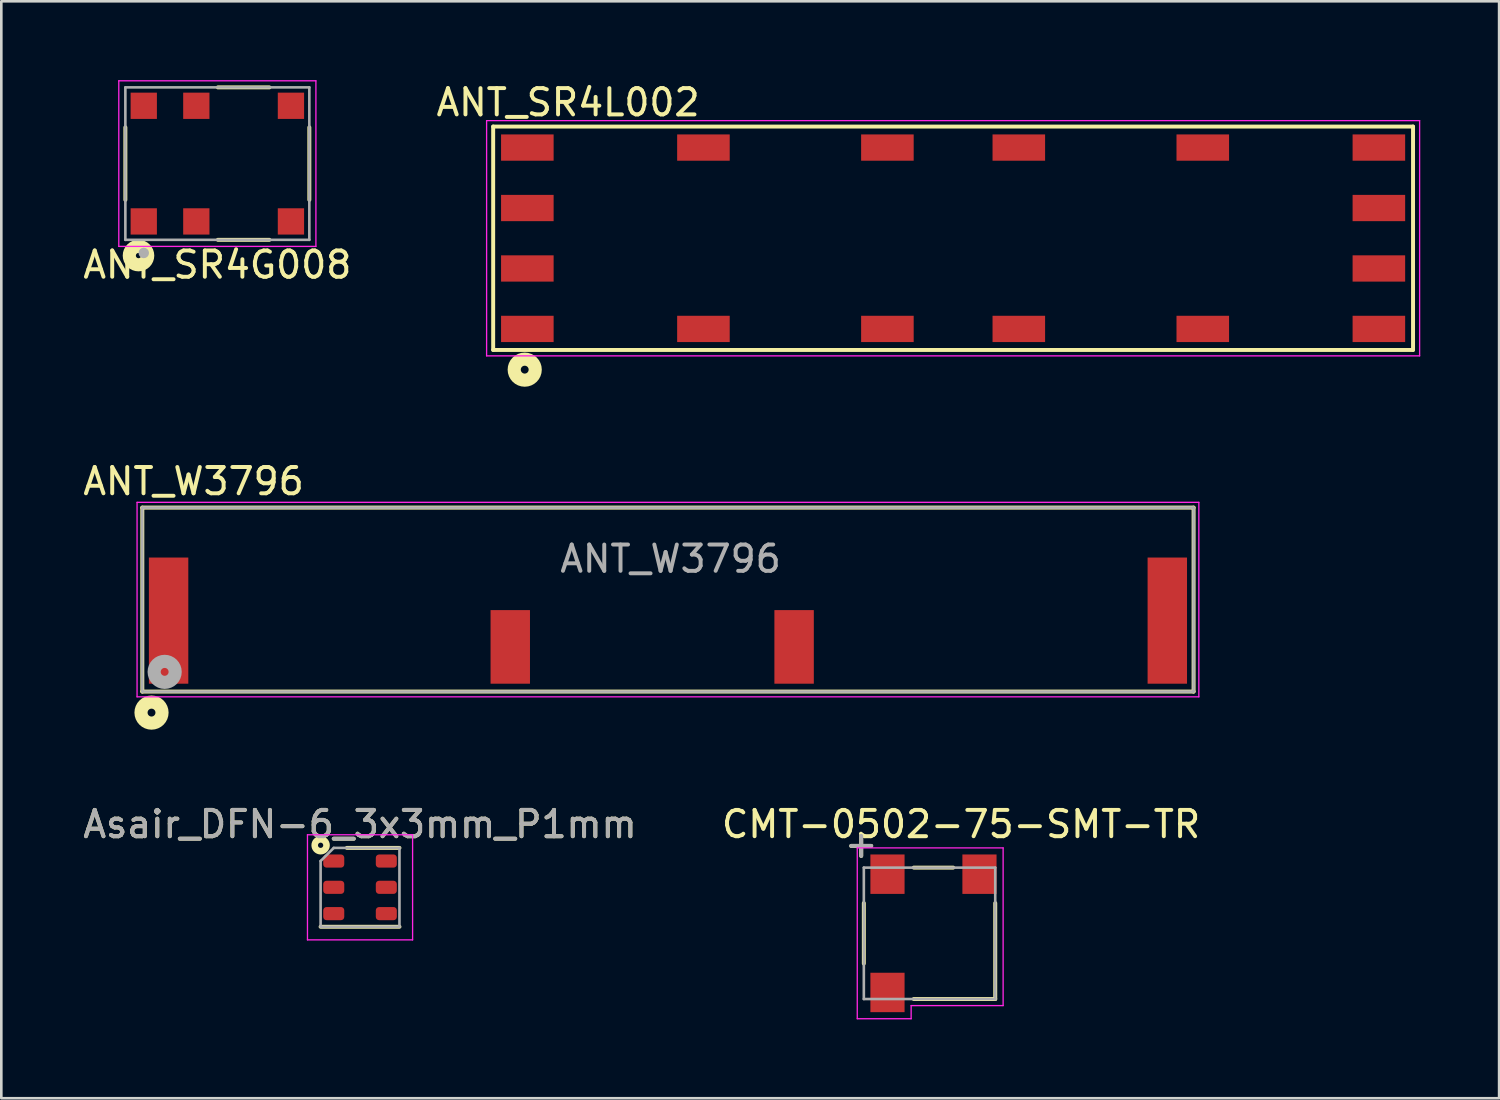
<source format=kicad_pcb>
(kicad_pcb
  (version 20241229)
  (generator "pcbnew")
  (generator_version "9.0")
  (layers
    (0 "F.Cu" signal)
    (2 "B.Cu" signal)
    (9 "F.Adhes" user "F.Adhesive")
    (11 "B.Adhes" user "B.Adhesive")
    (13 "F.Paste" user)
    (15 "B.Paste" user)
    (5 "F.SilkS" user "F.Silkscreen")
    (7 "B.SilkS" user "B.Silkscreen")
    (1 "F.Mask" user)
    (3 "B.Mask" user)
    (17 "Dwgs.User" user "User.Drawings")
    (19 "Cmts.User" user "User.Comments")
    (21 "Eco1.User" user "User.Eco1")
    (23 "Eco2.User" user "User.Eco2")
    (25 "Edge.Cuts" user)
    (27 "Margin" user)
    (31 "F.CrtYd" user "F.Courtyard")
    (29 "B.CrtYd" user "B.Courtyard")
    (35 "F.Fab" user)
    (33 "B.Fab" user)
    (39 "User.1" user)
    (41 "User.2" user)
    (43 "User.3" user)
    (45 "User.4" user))
  (footprint "ANT_SR4L002"
    (layer "F.Cu")
    (at 33.215 6.015)
    (property "Reference" "ANT_SR4L002" (at -14.65 -5.167 0) (layer "F.SilkS") (effects (font (size 1 1) (thickness 0.15))))
    (attr smd)
    (fp_line (start -17.5 -4.25) (end -17.5 4.25) (stroke (width 0.15) (type solid)) (layer "F.SilkS"))
    (fp_line (start -17.5 4.25) (end 17.5 4.25) (stroke (width 0.15) (type solid)) (layer "F.SilkS"))
    (fp_line (start 17.5 -4.25) (end -17.5 -4.25) (stroke (width 0.15) (type solid)) (layer "F.SilkS"))
    (fp_line (start 17.5 4.25) (end 17.5 -4.25) (stroke (width 0.15) (type solid)) (layer "F.SilkS"))
    (fp_circle (center -16.3 5) (end -16.15 5) (stroke (width 0.5) (type solid)) (fill no) (layer "F.SilkS"))
    (fp_line (start -17.75 -4.475) (end 17.75 -4.475) (stroke (width 0.05) (type solid)) (layer "F.CrtYd"))
    (fp_line (start -17.75 4.475) (end -17.75 -4.475) (stroke (width 0.05) (type solid)) (layer "F.CrtYd"))
    (fp_line (start 17.75 -4.475) (end 17.75 4.475) (stroke (width 0.05) (type solid)) (layer "F.CrtYd"))
    (fp_line (start 17.75 4.475) (end -17.75 4.475) (stroke (width 0.05) (type solid)) (layer "F.CrtYd"))
    (pad "1" smd rect (at -16.2 3.45) (size 2 1) (layers "F.Cu" "F.Mask" "F.Paste"))
    (pad "2" smd rect (at -9.5 3.45) (size 2 1) (layers "F.Cu" "F.Mask" "F.Paste"))
    (pad "3" smd rect (at -2.5 3.45) (size 2 1) (layers "F.Cu" "F.Mask" "F.Paste"))
    (pad "4" smd rect (at 2.5 3.45) (size 2 1) (layers "F.Cu" "F.Mask" "F.Paste"))
    (pad "5" smd rect (at 9.5 3.45) (size 2 1) (layers "F.Cu" "F.Mask" "F.Paste"))
    (pad "6" smd rect (at 16.2 3.45) (size 2 1) (layers "F.Cu" "F.Mask" "F.Paste"))
    (pad "7" smd rect (at 16.2 1.15) (size 2 1) (layers "F.Cu" "F.Mask" "F.Paste"))
    (pad "8" smd rect (at 16.2 -1.15) (size 2 1) (layers "F.Cu" "F.Mask" "F.Paste"))
    (pad "9" smd rect (at 16.2 -3.45) (size 2 1) (layers "F.Cu" "F.Mask" "F.Paste"))
    (pad "10" smd rect (at 9.5 -3.45) (size 2 1) (layers "F.Cu" "F.Mask" "F.Paste"))
    (pad "11" smd rect (at 2.5 -3.45) (size 2 1) (layers "F.Cu" "F.Mask" "F.Paste"))
    (pad "12" smd rect (at -2.5 -3.45) (size 2 1) (layers "F.Cu" "F.Mask" "F.Paste"))
    (pad "13" smd rect (at -9.5 -3.45) (size 2 1) (layers "F.Cu" "F.Mask" "F.Paste"))
    (pad "14" smd rect (at -16.2 -3.45) (size 2 1) (layers "F.Cu" "F.Mask" "F.Paste"))
    (pad "15" smd rect (at -16.2 -1.15) (size 2 1) (layers "F.Cu" "F.Mask" "F.Paste"))
    (pad "16" smd rect (at -16.2 1.15) (size 2 1) (layers "F.Cu" "F.Mask" "F.Paste")))
  (footprint "Asair_DFN-6_3x3mm_P1mm"
    (layer "F.Cu")
    (at 10.649 30.712)
    (property "Reference" "Asair_DFN-6_3x3mm_P1mm" (at 0 -2.4 0) (layer "F.SilkS") (effects (font (size 1 1) (thickness 0.15))))
    (attr smd)
    (fp_line (start -1.5 1.5) (end 1.5 1.5) (stroke (width 0.15) (type solid)) (layer "F.SilkS"))
    (fp_line (start -0.5 -1.5) (end 1.5 -1.5) (stroke (width 0.15) (type solid)) (layer "F.SilkS"))
    (fp_circle (center -1.5 -1.6) (end -1.4 -1.6) (stroke (width 0.25) (type solid)) (fill no) (layer "F.SilkS"))
    (fp_line (start -2 -2) (end -2 2) (stroke (width 0.05) (type solid)) (layer "F.CrtYd"))
    (fp_line (start -2 2) (end 2 2) (stroke (width 0.05) (type solid)) (layer "F.CrtYd"))
    (fp_line (start 2 -2) (end -2 -2) (stroke (width 0.05) (type solid)) (layer "F.CrtYd"))
    (fp_line (start 2 2) (end 2 -2) (stroke (width 0.05) (type solid)) (layer "F.CrtYd"))
    (fp_line (start -1.5 -1) (end -1 -1.5) (stroke (width 0.1) (type solid)) (layer "F.Fab"))
    (fp_line (start -1.5 1.5) (end -1.5 -1) (stroke (width 0.1) (type solid)) (layer "F.Fab"))
    (fp_line (start -1 -1.5) (end 1.5 -1.5) (stroke (width 0.1) (type solid)) (layer "F.Fab"))
    (fp_line (start 1.5 -1.5) (end 1.5 1.5) (stroke (width 0.1) (type solid)) (layer "F.Fab"))
    (fp_line (start 1.5 1.5) (end -1.5 1.5) (stroke (width 0.1) (type solid)) (layer "F.Fab"))
    (fp_text user "${REFERENCE}" (at 0 -2.4 0) (layer "F.Fab") (effects (font (size 1 1) (thickness 0.15))))
    (pad "1" smd roundrect (at -1 -1) (size 0.8 0.5) (layers "F.Cu" "F.Mask" "F.Paste") (roundrect_rratio 0.25))
    (pad "2" smd roundrect (at -1 0) (size 0.8 0.5) (layers "F.Cu" "F.Mask" "F.Paste") (roundrect_rratio 0.25))
    (pad "3" smd roundrect (at -1 1) (size 0.8 0.5) (layers "F.Cu" "F.Mask" "F.Paste") (roundrect_rratio 0.25))
    (pad "4" smd roundrect (at 1 1) (size 0.8 0.5) (layers "F.Cu" "F.Mask" "F.Paste") (roundrect_rratio 0.25))
    (pad "5" smd roundrect (at 1 0) (size 0.8 0.5) (layers "F.Cu" "F.Mask" "F.Paste") (roundrect_rratio 0.25))
    (pad "6" smd roundrect (at 1 -1) (size 0.8 0.5) (layers "F.Cu" "F.Mask" "F.Paste") (roundrect_rratio 0.25)))
  (footprint "ANT_SR4G008"
    (layer "F.Cu")
    (at 5.22 3.175)
    (property "Reference" "ANT_SR4G008" (at 0 3.85 0) (layer "F.SilkS") (effects (font (size 1 1) (thickness 0.15))))
    (attr smd)
    (fp_line (start -3.5 1.38) (end -3.5 -1.38) (stroke (width 0.15) (type solid)) (layer "F.SilkS"))
    (fp_line (start 1.98 -2.9) (end 0.02 -2.9) (stroke (width 0.15) (type solid)) (layer "F.SilkS"))
    (fp_line (start 1.98 2.9) (end 0.02 2.9) (stroke (width 0.15) (type solid)) (layer "F.SilkS"))
    (fp_line (start 3.5 1.38) (end 3.5 -1.38) (stroke (width 0.15) (type solid)) (layer "F.SilkS"))
    (fp_circle (center -3 3.5) (end -2.9 3.5) (stroke (width 0.5) (type solid)) (fill no) (layer "F.SilkS"))
    (fp_line (start -3.75 -3.15) (end 3.75 -3.15) (stroke (width 0.05) (type solid)) (layer "F.CrtYd"))
    (fp_line (start -3.75 3.15) (end -3.75 -3.15) (stroke (width 0.05) (type solid)) (layer "F.CrtYd"))
    (fp_line (start 3.75 -3.15) (end 3.75 3.15) (stroke (width 0.05) (type solid)) (layer "F.CrtYd"))
    (fp_line (start 3.75 3.15) (end -3.75 3.15) (stroke (width 0.05) (type solid)) (layer "F.CrtYd"))
    (fp_line (start -3.5 -2.9) (end -3.5 2.9) (stroke (width 0.1) (type solid)) (layer "F.Fab"))
    (fp_line (start -3.5 2.9) (end 3.5 2.9) (stroke (width 0.1) (type solid)) (layer "F.Fab"))
    (fp_line (start 3.5 -2.9) (end -3.5 -2.9) (stroke (width 0.1) (type solid)) (layer "F.Fab"))
    (fp_line (start 3.5 2.9) (end 3.5 -2.9) (stroke (width 0.1) (type solid)) (layer "F.Fab"))
    (fp_circle (center -2.8 3.4) (end -2.7 3.4) (stroke (width 0.2) (type solid)) (fill no) (layer "F.Fab"))
    (pad "1" smd rect (at -2.8 2.2) (size 1 1) (layers "F.Cu" "F.Mask" "F.Paste"))
    (pad "2" smd rect (at -0.8 2.2) (size 1 1) (layers "F.Cu" "F.Mask" "F.Paste"))
    (pad "3" smd rect (at 2.8 2.2) (size 1 1) (layers "F.Cu" "F.Mask" "F.Paste"))
    (pad "4" smd rect (at 2.8 -2.2) (size 1 1) (layers "F.Cu" "F.Mask" "F.Paste"))
    (pad "5" smd rect (at -0.8 -2.2) (size 1 1) (layers "F.Cu" "F.Mask" "F.Paste"))
    (pad "6" smd rect (at -2.8 -2.2) (size 1 1) (layers "F.Cu" "F.Mask" "F.Paste")))
  (footprint "CMT-0502-75-SMT-TR"
    (layer "F.Cu")
    (at 32.318 32.462)
    (property "Reference" "CMT-0502-75-SMT-TR" (at 1.2 -4.15 0) (layer "F.SilkS") (effects (font (size 1 1) (thickness 0.15))))
    (attr smd)
    (fp_line (start -2.5 -1.15) (end -2.5 1.15) (stroke (width 0.15) (type solid)) (layer "F.SilkS"))
    (fp_line (start -0.6 -2.5) (end 0.9 -2.5) (stroke (width 0.15) (type solid)) (layer "F.SilkS"))
    (fp_line (start -0.6 2.5) (end 2.5 2.5) (stroke (width 0.15) (type solid)) (layer "F.SilkS"))
    (fp_line (start 2.5 2.5) (end 2.5 -1.15) (stroke (width 0.15) (type solid)) (layer "F.SilkS"))
    (fp_line (start -2.75 -3.25) (end -2.75 3.25) (stroke (width 0.05) (type solid)) (layer "F.CrtYd"))
    (fp_line (start -2.75 3.25) (end -0.7 3.25) (stroke (width 0.05) (type solid)) (layer "F.CrtYd"))
    (fp_line (start -0.7 2.75) (end 2.8 2.75) (stroke (width 0.05) (type solid)) (layer "F.CrtYd"))
    (fp_line (start -0.7 3.25) (end -0.7 2.75) (stroke (width 0.05) (type solid)) (layer "F.CrtYd"))
    (fp_line (start 2.8 -3.25) (end -2.75 -3.25) (stroke (width 0.05) (type solid)) (layer "F.CrtYd"))
    (fp_line (start 2.8 2.75) (end 2.8 -3.25) (stroke (width 0.05) (type solid)) (layer "F.CrtYd"))
    (fp_line (start -2.5 -2.5) (end -2.5 2.5) (stroke (width 0.1) (type solid)) (layer "F.Fab"))
    (fp_line (start -2.5 2.5) (end 2.5 2.5) (stroke (width 0.1) (type solid)) (layer "F.Fab"))
    (fp_line (start 2.5 -2.5) (end -2.5 -2.5) (stroke (width 0.1) (type solid)) (layer "F.Fab"))
    (fp_line (start 2.5 2.5) (end 2.5 -2.5) (stroke (width 0.1) (type solid)) (layer "F.Fab"))
    (fp_text user "+" (at -2.6 -3.4 0) (layer "F.SilkS") (effects (font (size 1 1) (thickness 0.15))))
    (fp_text user "+" (at -2.6 -3.4 0) (layer "F.Fab") (effects (font (size 1 1) (thickness 0.15))))
    (pad "1" smd rect (at -1.6 -2.25) (size 1.3 1.5) (layers "F.Cu" "F.Mask" "F.Paste"))
    (pad "2" smd rect (at -1.6 2.25) (size 1.3 1.5) (layers "F.Cu" "F.Mask" "F.Paste"))
    (pad "3" smd rect (at 1.9 -2.25) (size 1.3 1.5) (layers "F.Cu" "F.Mask" "F.Paste")))
  (footprint "ANT_W3796"
    (layer "F.Cu")
    (at 22.365 19.764)
    (property "Reference" "ANT_W3796" (at -18.05 -4.5 0) (layer "F.SilkS") (effects (font (size 1 1) (thickness 0.15))))
    (attr through_hole)
    (fp_line (start -20 -3.5) (end -20 3.5) (stroke (width 0.15) (type solid)) (layer "F.SilkS"))
    (fp_line (start -20 3.5) (end 20 3.5) (stroke (width 0.15) (type solid)) (layer "F.SilkS"))
    (fp_line (start 20 -3.5) (end -20 -3.5) (stroke (width 0.15) (type solid)) (layer "F.SilkS"))
    (fp_line (start 20 3.5) (end 20 -3.5) (stroke (width 0.15) (type solid)) (layer "F.SilkS"))
    (fp_circle (center -19.65 4.3) (end -19.5 4.3) (stroke (width 0.5) (type solid)) (fill no) (layer "F.SilkS"))
    (fp_line (start -20.2 -3.7) (end 20.2 -3.7) (stroke (width 0.05) (type solid)) (layer "F.CrtYd"))
    (fp_line (start -20.2 3.7) (end -20.2 -3.7) (stroke (width 0.05) (type solid)) (layer "F.CrtYd"))
    (fp_line (start 20.2 -3.7) (end 20.2 3.7) (stroke (width 0.05) (type solid)) (layer "F.CrtYd"))
    (fp_line (start 20.2 3.7) (end -20.2 3.7) (stroke (width 0.05) (type solid)) (layer "F.CrtYd"))
    (fp_line (start -20 -3.5) (end -20 3.5) (stroke (width 0.1) (type solid)) (layer "F.Fab"))
    (fp_line (start -20 3.5) (end 20 3.5) (stroke (width 0.1) (type solid)) (layer "F.Fab"))
    (fp_line (start 20 -3.5) (end -20 -3.5) (stroke (width 0.1) (type solid)) (layer "F.Fab"))
    (fp_line (start 20 3.5) (end 20 -3.5) (stroke (width 0.1) (type solid)) (layer "F.Fab"))
    (fp_circle (center -19.15 2.75) (end -19 2.75) (stroke (width 0.5) (type solid)) (fill no) (layer "F.Fab"))
    (fp_text user "${REFERENCE}" (at 0.1 -1.55 0) (layer "F.Fab") (effects (font (size 1 1) (thickness 0.15))))
    (pad "1" smd rect (at -19 0.8) (size 1.5 4.8) (layers "F.Cu" "F.Mask" "F.Paste"))
    (pad "2" smd rect (at -6 1.8) (size 1.5 2.8) (layers "F.Cu" "F.Mask" "F.Paste"))
    (pad "3" smd rect (at 4.8 1.8) (size 1.5 2.8) (layers "F.Cu" "F.Mask" "F.Paste"))
    (pad "4" smd rect (at 19 0.8) (size 1.5 4.8) (layers "F.Cu" "F.Mask" "F.Paste")))
  (gr_rect
    (start -3 -3)
    (end 53.99 38.737)
    (stroke (width 0.1) (type default))
    (fill no)
    (layer "Edge.Cuts")))
</source>
